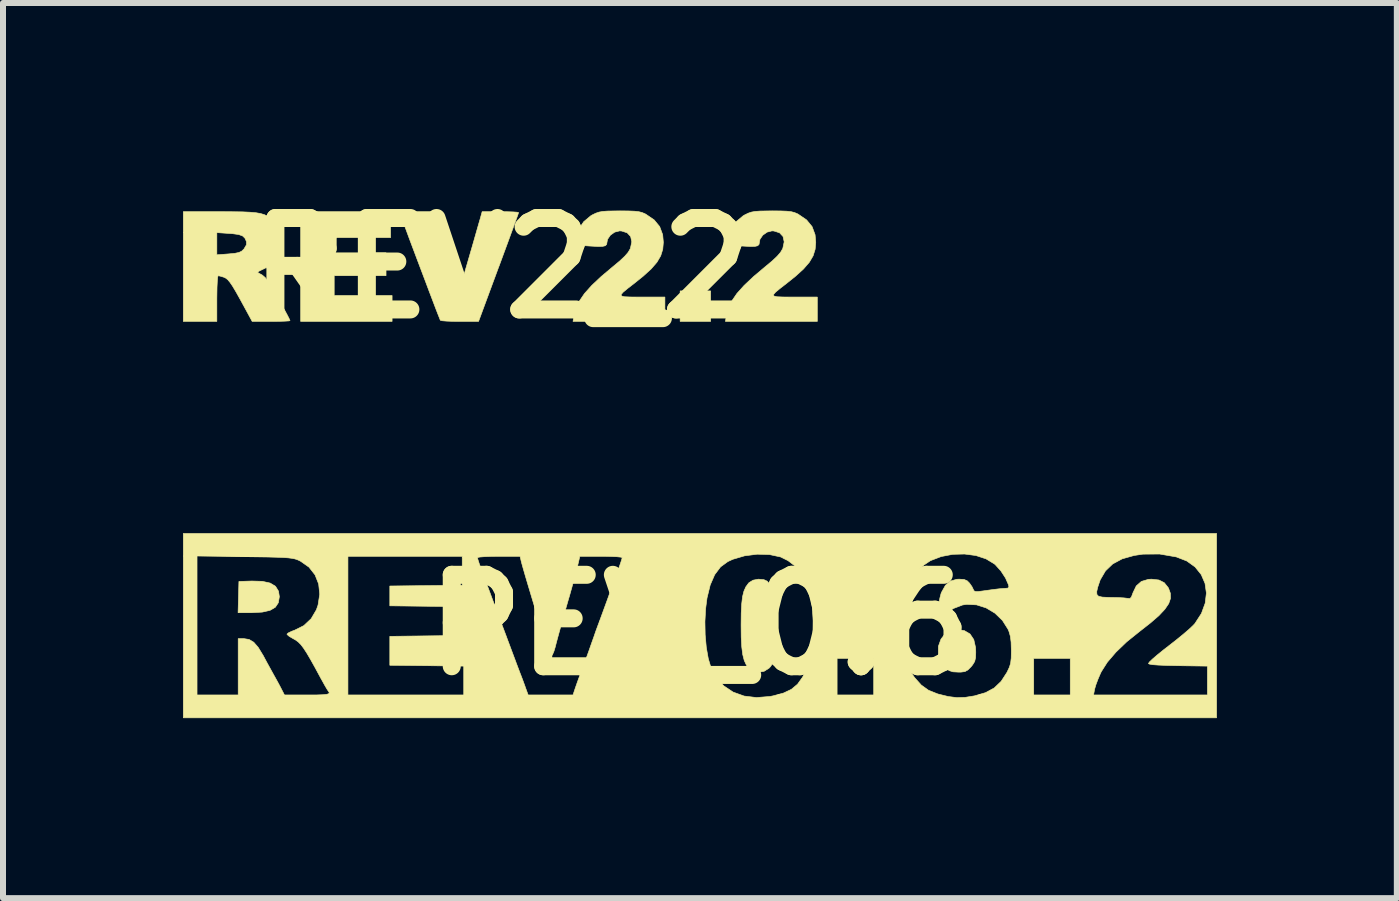
<source format=kicad_pcb>
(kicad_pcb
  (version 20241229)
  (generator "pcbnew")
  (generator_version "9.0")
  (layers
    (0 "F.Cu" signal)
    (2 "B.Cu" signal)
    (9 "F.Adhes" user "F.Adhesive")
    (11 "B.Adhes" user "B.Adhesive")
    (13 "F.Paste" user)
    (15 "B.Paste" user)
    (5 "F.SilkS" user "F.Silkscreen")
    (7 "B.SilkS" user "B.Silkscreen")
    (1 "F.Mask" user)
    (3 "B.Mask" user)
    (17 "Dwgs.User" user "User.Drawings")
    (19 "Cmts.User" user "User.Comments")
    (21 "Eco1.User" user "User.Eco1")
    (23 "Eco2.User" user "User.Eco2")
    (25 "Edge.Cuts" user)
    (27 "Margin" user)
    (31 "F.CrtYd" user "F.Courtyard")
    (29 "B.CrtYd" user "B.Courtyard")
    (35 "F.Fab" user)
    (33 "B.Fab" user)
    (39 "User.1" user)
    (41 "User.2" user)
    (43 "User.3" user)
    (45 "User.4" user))
  (footprint "REV2_2"
    (layer "F.Cu")
    (at 5.314 1.418)
    (property "Reference" "REV2_2" (at 0 0 0) (layer "F.SilkS") (effects (font (size 1.524 1.524) (thickness 0.3))))
    (attr through_hole)
    (fp_poly (pts (xy 3.48 0.889) (xy 2.972 0.889) (xy 2.972 0.381) (xy 3.48 0.381) (xy 3.48 0.889)) (stroke (width 0.01) (type solid)) (fill yes) (layer "F.SilkS"))
    (fp_poly (pts (xy -1.854 -0.508) (xy -2.794 -0.508) (xy -2.794 -0.254) (xy -1.93 -0.254) (xy -1.93 0.127) (xy -2.794 0.127) (xy -2.794 0.457) (xy -1.829 0.457) (xy -1.829 0.889) (xy -3.353 0.889) (xy -3.353 -0.94) (xy -1.854 -0.94) (xy -1.854 -0.508)) (stroke (width 0.01) (type solid)) (fill yes) (layer "F.SilkS"))
    (fp_poly (pts (xy -1.016 -0.679) (xy -0.978 -0.557) (xy -0.93 -0.403) (xy -0.878 -0.237) (xy -0.828 -0.075) (xy -0.817 -0.04) (xy -0.697 0.34) (xy -0.535 -0.217) (xy -0.487 -0.382) (xy -0.443 -0.536) (xy -0.405 -0.669) (xy -0.375 -0.773) (xy -0.355 -0.841) (xy -0.351 -0.857) (xy -0.328 -0.94) (xy -0.024 -0.94) (xy 0.093 -0.939) (xy 0.19 -0.936) (xy 0.255 -0.931) (xy 0.279 -0.926) (xy 0.279 -0.926) (xy 0.271 -0.899) (xy 0.247 -0.831) (xy 0.208 -0.725) (xy 0.158 -0.588) (xy 0.098 -0.424) (xy 0.03 -0.24) (xy -0.044 -0.039) (xy -0.055 -0.011) (xy -0.388 0.889) (xy -0.701 0.889) (xy -0.821 0.888) (xy -0.922 0.884) (xy -0.993 0.878) (xy -1.024 0.87) (xy -1.025 0.87) (xy -1.036 0.842) (xy -1.063 0.774) (xy -1.103 0.671) (xy -1.153 0.539) (xy -1.211 0.387) (xy -1.274 0.219) (xy -1.341 0.042) (xy -1.409 -0.138) (xy -1.475 -0.313) (xy -1.537 -0.478) (xy -1.592 -0.627) (xy -1.639 -0.753) (xy -1.674 -0.849) (xy -1.696 -0.909) (xy -1.702 -0.927) (xy -1.678 -0.932) (xy -1.613 -0.936) (xy -1.518 -0.939) (xy -1.4 -0.94) (xy -1.399 -0.94) (xy -1.096 -0.94) (xy -1.016 -0.679)) (stroke (width 0.01) (type solid)) (fill yes) (layer "F.SilkS"))
    (fp_poly (pts (xy 2.109 -0.952) (xy 2.21 -0.948) (xy 2.282 -0.94) (xy 2.337 -0.926) (xy 2.385 -0.906) (xy 2.4 -0.898) (xy 2.539 -0.803) (xy 2.631 -0.691) (xy 2.681 -0.556) (xy 2.692 -0.429) (xy 2.682 -0.313) (xy 2.648 -0.204) (xy 2.585 -0.097) (xy 2.489 0.014) (xy 2.356 0.135) (xy 2.209 0.253) (xy 2.098 0.339) (xy 2.024 0.4) (xy 1.988 0.441) (xy 1.994 0.465) (xy 2.044 0.478) (xy 2.139 0.482) (xy 2.282 0.483) (xy 2.334 0.483) (xy 2.718 0.483) (xy 2.718 0.889) (xy 1.187 0.889) (xy 1.202 0.796) (xy 1.234 0.672) (xy 1.292 0.55) (xy 1.378 0.424) (xy 1.499 0.289) (xy 1.656 0.141) (xy 1.845 -0.018) (xy 1.965 -0.118) (xy 2.05 -0.198) (xy 2.106 -0.263) (xy 2.139 -0.32) (xy 2.143 -0.328) (xy 2.166 -0.437) (xy 2.147 -0.526) (xy 2.089 -0.588) (xy 1.995 -0.618) (xy 1.963 -0.62) (xy 1.881 -0.599) (xy 1.809 -0.548) (xy 1.762 -0.479) (xy 1.753 -0.432) (xy 1.747 -0.395) (xy 1.724 -0.372) (xy 1.676 -0.361) (xy 1.596 -0.36) (xy 1.473 -0.367) (xy 1.455 -0.368) (xy 1.214 -0.386) (xy 1.23 -0.492) (xy 1.277 -0.641) (xy 1.364 -0.772) (xy 1.482 -0.871) (xy 1.511 -0.888) (xy 1.567 -0.915) (xy 1.62 -0.933) (xy 1.681 -0.944) (xy 1.761 -0.95) (xy 1.874 -0.952) (xy 1.968 -0.953) (xy 2.109 -0.952)) (stroke (width 0.01) (type solid)) (fill yes) (layer "F.SilkS"))
    (fp_poly (pts (xy 4.649 -0.952) (xy 4.75 -0.948) (xy 4.822 -0.94) (xy 4.877 -0.926) (xy 4.925 -0.906) (xy 4.94 -0.898) (xy 5.079 -0.803) (xy 5.171 -0.691) (xy 5.221 -0.556) (xy 5.232 -0.429) (xy 5.222 -0.313) (xy 5.188 -0.204) (xy 5.125 -0.097) (xy 5.029 0.014) (xy 4.896 0.135) (xy 4.749 0.253) (xy 4.638 0.339) (xy 4.564 0.4) (xy 4.528 0.441) (xy 4.534 0.465) (xy 4.584 0.478) (xy 4.679 0.482) (xy 4.822 0.483) (xy 4.874 0.483) (xy 5.258 0.483) (xy 5.258 0.889) (xy 3.727 0.889) (xy 3.742 0.796) (xy 3.774 0.672) (xy 3.832 0.55) (xy 3.918 0.424) (xy 4.039 0.289) (xy 4.196 0.141) (xy 4.385 -0.018) (xy 4.505 -0.118) (xy 4.59 -0.198) (xy 4.646 -0.263) (xy 4.679 -0.32) (xy 4.683 -0.328) (xy 4.706 -0.437) (xy 4.687 -0.526) (xy 4.629 -0.588) (xy 4.535 -0.618) (xy 4.503 -0.62) (xy 4.421 -0.599) (xy 4.349 -0.548) (xy 4.302 -0.479) (xy 4.293 -0.432) (xy 4.287 -0.395) (xy 4.264 -0.372) (xy 4.216 -0.361) (xy 4.136 -0.36) (xy 4.013 -0.367) (xy 3.995 -0.368) (xy 3.754 -0.386) (xy 3.77 -0.492) (xy 3.817 -0.641) (xy 3.904 -0.772) (xy 4.022 -0.871) (xy 4.051 -0.888) (xy 4.107 -0.915) (xy 4.16 -0.933) (xy 4.221 -0.944) (xy 4.301 -0.95) (xy 4.414 -0.952) (xy 4.508 -0.953) (xy 4.649 -0.952)) (stroke (width 0.01) (type solid)) (fill yes) (layer "F.SilkS"))
    (fp_poly (pts (xy -4.492 -0.939) (xy -4.325 -0.937) (xy -4.195 -0.931) (xy -4.095 -0.922) (xy -4.017 -0.908) (xy -3.955 -0.889) (xy -3.902 -0.863) (xy -3.854 -0.832) (xy -3.768 -0.743) (xy -3.711 -0.625) (xy -3.686 -0.49) (xy -3.69 -0.35) (xy -3.726 -0.218) (xy -3.794 -0.105) (xy -3.827 -0.071) (xy -3.879 -0.034) (xy -3.954 0.007) (xy -3.985 0.021) (xy -4.048 0.052) (xy -4.069 0.071) (xy -4.053 0.084) (xy -4.046 0.087) (xy -3.992 0.117) (xy -3.942 0.16) (xy -3.916 0.196) (xy -3.872 0.265) (xy -3.817 0.357) (xy -3.754 0.463) (xy -3.691 0.574) (xy -3.631 0.68) (xy -3.581 0.772) (xy -3.546 0.84) (xy -3.531 0.875) (xy -3.531 0.877) (xy -3.554 0.881) (xy -3.619 0.885) (xy -3.716 0.888) (xy -3.834 0.889) (xy -3.846 0.889) (xy -4.161 0.889) (xy -4.268 0.692) (xy -4.359 0.525) (xy -4.43 0.398) (xy -4.486 0.304) (xy -4.531 0.238) (xy -4.567 0.195) (xy -4.599 0.169) (xy -4.63 0.154) (xy -4.631 0.153) (xy -4.691 0.135) (xy -4.728 0.127) (xy -4.736 0.151) (xy -4.742 0.217) (xy -4.747 0.316) (xy -4.749 0.44) (xy -4.75 0.508) (xy -4.75 0.889) (xy -5.309 0.889) (xy -5.309 -0.221) (xy -4.75 -0.221) (xy -4.553 -0.236) (xy -4.449 -0.246) (xy -4.382 -0.26) (xy -4.337 -0.281) (xy -4.3 -0.316) (xy -4.298 -0.318) (xy -4.256 -0.389) (xy -4.256 -0.441) (xy -4.281 -0.497) (xy -4.32 -0.535) (xy -4.385 -0.559) (xy -4.486 -0.573) (xy -4.543 -0.577) (xy -4.75 -0.591) (xy -4.75 -0.221) (xy -5.309 -0.221) (xy -5.309 -0.94) (xy -4.703 -0.94) (xy -4.492 -0.939)) (stroke (width 0.01) (type solid)) (fill yes) (layer "F.SilkS")))
  (footprint "REV_0.6"
    (layer "F.Cu")
    (at 8.616 7.365)
    (property "Reference" "REV_0.6" (at 0 0 0) (layer "F.SilkS") (effects (font (size 1.524 1.524) (thickness 0.3))))
    (attr through_hole)
    (fp_poly (pts (xy -7.294 -0.726) (xy -7.163 -0.697) (xy -7.074 -0.643) (xy -7.024 -0.562) (xy -7.01 -0.47) (xy -7.027 -0.369) (xy -7.077 -0.294) (xy -7.166 -0.242) (xy -7.295 -0.213) (xy -7.469 -0.203) (xy -7.469 -0.203) (xy -7.698 -0.203) (xy -7.684 -0.724) (xy -7.468 -0.731) (xy -7.294 -0.726)) (stroke (width 0.01) (type solid)) (fill yes) (layer "F.SilkS"))
    (fp_poly (pts (xy 4.406 0.095) (xy 4.501 0.151) (xy 4.564 0.245) (xy 4.594 0.378) (xy 4.597 0.455) (xy 4.594 0.547) (xy 4.579 0.61) (xy 4.546 0.664) (xy 4.519 0.698) (xy 4.466 0.751) (xy 4.417 0.778) (xy 4.351 0.787) (xy 4.305 0.787) (xy 4.216 0.782) (xy 4.154 0.762) (xy 4.097 0.719) (xy 4.095 0.716) (xy 4.013 0.609) (xy 3.973 0.486) (xy 3.974 0.358) (xy 4.017 0.238) (xy 4.076 0.161) (xy 4.14 0.106) (xy 4.203 0.081) (xy 4.278 0.076) (xy 4.406 0.095)) (stroke (width 0.01) (type solid)) (fill yes) (layer "F.SilkS"))
    (fp_poly (pts (xy 1.065 -0.754) (xy 1.12 -0.729) (xy 1.191 -0.643) (xy 1.244 -0.511) (xy 1.277 -0.332) (xy 1.292 -0.106) (xy 1.288 0.145) (xy 1.278 0.322) (xy 1.264 0.457) (xy 1.244 0.557) (xy 1.216 0.633) (xy 1.178 0.693) (xy 1.152 0.721) (xy 1.07 0.773) (xy 0.974 0.79) (xy 0.882 0.773) (xy 0.82 0.73) (xy 0.773 0.668) (xy 0.738 0.592) (xy 0.713 0.494) (xy 0.697 0.368) (xy 0.688 0.205) (xy 0.686 0.002) (xy 0.688 -0.196) (xy 0.696 -0.351) (xy 0.71 -0.47) (xy 0.733 -0.562) (xy 0.765 -0.634) (xy 0.809 -0.694) (xy 0.818 -0.704) (xy 0.885 -0.745) (xy 0.975 -0.762) (xy 1.065 -0.754)) (stroke (width 0.01) (type solid)) (fill yes) (layer "F.SilkS"))
    (fp_poly (pts (xy 8.611 1.549) (xy -8.611 1.549) (xy -8.611 1.168) (xy -8.382 1.168) (xy -7.696 1.168) (xy -7.696 0.229) (xy -7.601 0.229) (xy -7.514 0.243) (xy -7.437 0.289) (xy -7.363 0.374) (xy -7.285 0.502) (xy -7.281 0.508) (xy -7.22 0.622) (xy -7.15 0.749) (xy -7.101 0.838) (xy -7.048 0.933) (xy -7 1.022) (xy -6.967 1.086) (xy -6.925 1.168) (xy -6.548 1.168) (xy -6.396 1.168) (xy -6.288 1.164) (xy -6.219 1.157) (xy -6.185 1.146) (xy -6.178 1.129) (xy -6.193 1.105) (xy -6.194 1.104) (xy -6.216 1.071) (xy -6.254 1.006) (xy -6.301 0.921) (xy -6.312 0.902) (xy -6.41 0.72) (xy -6.49 0.577) (xy -6.554 0.468) (xy -6.607 0.387) (xy -6.652 0.328) (xy -6.695 0.285) (xy -6.738 0.253) (xy -6.786 0.226) (xy -6.846 0.191) (xy -6.88 0.161) (xy -6.883 0.154) (xy -6.861 0.134) (xy -6.805 0.107) (xy -6.752 0.087) (xy -6.602 0.012) (xy -6.48 -0.103) (xy -6.393 -0.251) (xy -6.365 -0.331) (xy -6.337 -0.511) (xy -6.355 -0.681) (xy -6.415 -0.833) (xy -6.516 -0.962) (xy -6.655 -1.06) (xy -6.68 -1.073) (xy -6.715 -1.088) (xy -6.753 -1.1) (xy -6.799 -1.109) (xy -6.86 -1.117) (xy -6.942 -1.123) (xy -7.05 -1.127) (xy -7.191 -1.131) (xy -7.372 -1.134) (xy -7.588 -1.137) (xy -8.001 -1.143) (xy -5.867 -1.143) (xy -5.867 1.168) (xy -3.937 1.168) (xy -3.937 0.687) (xy -4.553 0.68) (xy -5.169 0.673) (xy -5.169 0.191) (xy -4.039 0.177) (xy -4.039 -0.304) (xy -4.604 -0.311) (xy -5.169 -0.318) (xy -5.169 -0.648) (xy -3.962 -0.661) (xy -3.962 -1.12) (xy -3.708 -1.12) (xy -3.7 -1.087) (xy -3.678 -1.019) (xy -3.645 -0.928) (xy -3.629 -0.885) (xy -3.581 -0.754) (xy -3.526 -0.608) (xy -3.478 -0.478) (xy -3.475 -0.47) (xy -3.435 -0.363) (xy -3.398 -0.264) (xy -3.37 -0.189) (xy -3.366 -0.178) (xy -3.335 -0.095) (xy -3.3 -0.001) (xy -3.292 0.019) (xy -3.257 0.112) (xy -3.222 0.205) (xy -3.216 0.222) (xy -3.183 0.31) (xy -3.147 0.407) (xy -3.14 0.425) (xy -3.105 0.519) (xy -3.07 0.612) (xy -3.064 0.629) (xy -3.03 0.719) (xy -2.994 0.814) (xy -2.989 0.826) (xy -2.955 0.915) (xy -2.918 1.016) (xy -2.907 1.048) (xy -2.863 1.168) (xy -2.116 1.168) (xy -2.076 1.048) (xy -2.042 0.951) (xy -2.002 0.841) (xy -1.982 0.787) (xy -1.946 0.694) (xy -1.901 0.571) (xy -1.852 0.436) (xy -1.806 0.305) (xy -1.767 0.196) (xy -1.752 0.152) (xy -1.734 0.1) (xy -1.703 0.016) (xy -1.676 -0.056) (xy 0.083 -0.056) (xy 0.087 0.164) (xy 0.106 0.376) (xy 0.139 0.563) (xy 0.179 0.696) (xy 0.271 0.874) (xy 0.397 1.016) (xy 0.553 1.12) (xy 0.736 1.186) (xy 0.942 1.211) (xy 1.167 1.193) (xy 1.223 1.182) (xy 1.393 1.136) (xy 1.524 1.074) (xy 1.626 0.989) (xy 1.709 0.873) (xy 1.747 0.8) (xy 1.814 0.621) (xy 1.827 0.559) (xy 2.286 0.559) (xy 2.286 1.168) (xy 2.896 1.168) (xy 2.896 0.559) (xy 2.286 0.559) (xy 1.827 0.559) (xy 1.86 0.408) (xy 1.884 0.174) (xy 1.887 0.025) (xy 3.368 0.025) (xy 3.372 0.238) (xy 3.386 0.411) (xy 3.413 0.554) (xy 3.455 0.676) (xy 3.514 0.787) (xy 3.576 0.876) (xy 3.688 1.002) (xy 3.809 1.089) (xy 3.956 1.148) (xy 3.971 1.153) (xy 4.138 1.194) (xy 4.281 1.212) (xy 4.42 1.208) (xy 4.576 1.183) (xy 4.58 1.182) (xy 4.761 1.129) (xy 4.905 1.051) (xy 5.02 0.941) (xy 5.116 0.793) (xy 5.123 0.779) (xy 5.157 0.707) (xy 5.178 0.64) (xy 5.187 0.561) (xy 5.188 0.559) (xy 5.563 0.559) (xy 5.563 1.168) (xy 6.172 1.168) (xy 6.56 1.168) (xy 8.458 1.168) (xy 8.458 0.687) (xy 7.971 0.68) (xy 7.782 0.676) (xy 7.64 0.67) (xy 7.544 0.663) (xy 7.49 0.653) (xy 7.475 0.644) (xy 7.491 0.619) (xy 7.541 0.571) (xy 7.62 0.503) (xy 7.721 0.421) (xy 7.815 0.348) (xy 7.938 0.252) (xy 8.052 0.159) (xy 8.149 0.076) (xy 8.22 0.009) (xy 8.249 -0.022) (xy 8.358 -0.19) (xy 8.421 -0.362) (xy 8.441 -0.531) (xy 8.418 -0.692) (xy 8.355 -0.838) (xy 8.253 -0.965) (xy 8.114 -1.065) (xy 7.939 -1.133) (xy 7.661 -1.181) (xy 7.384 -1.179) (xy 7.237 -1.157) (xy 7.038 -1.101) (xy 6.88 -1.016) (xy 6.759 -0.9) (xy 6.671 -0.75) (xy 6.629 -0.626) (xy 6.613 -0.554) (xy 6.616 -0.506) (xy 6.644 -0.477) (xy 6.706 -0.463) (xy 6.808 -0.458) (xy 6.871 -0.457) (xy 6.975 -0.455) (xy 7.064 -0.45) (xy 7.123 -0.443) (xy 7.129 -0.442) (xy 7.166 -0.439) (xy 7.191 -0.464) (xy 7.215 -0.528) (xy 7.216 -0.532) (xy 7.272 -0.649) (xy 7.357 -0.724) (xy 7.474 -0.759) (xy 7.527 -0.762) (xy 7.65 -0.748) (xy 7.739 -0.703) (xy 7.804 -0.622) (xy 7.811 -0.609) (xy 7.841 -0.526) (xy 7.843 -0.442) (xy 7.813 -0.355) (xy 7.749 -0.261) (xy 7.649 -0.154) (xy 7.508 -0.032) (xy 7.328 0.109) (xy 7.113 0.282) (xy 6.933 0.455) (xy 6.79 0.622) (xy 6.69 0.779) (xy 6.678 0.803) (xy 6.635 0.903) (xy 6.599 0.999) (xy 6.578 1.071) (xy 6.578 1.073) (xy 6.56 1.168) (xy 6.172 1.168) (xy 6.172 0.559) (xy 5.563 0.559) (xy 5.188 0.559) (xy 5.19 0.453) (xy 5.19 0.419) (xy 5.186 0.288) (xy 5.174 0.191) (xy 5.151 0.111) (xy 5.135 0.073) (xy 5.042 -0.074) (xy 4.917 -0.195) (xy 4.77 -0.283) (xy 4.61 -0.334) (xy 4.447 -0.342) (xy 4.378 -0.332) (xy 4.224 -0.273) (xy 4.116 -0.201) (xy 4.047 -0.15) (xy 3.995 -0.113) (xy 3.972 -0.102) (xy 3.963 -0.124) (xy 3.963 -0.183) (xy 3.969 -0.266) (xy 3.982 -0.358) (xy 3.999 -0.448) (xy 4.018 -0.521) (xy 4.026 -0.542) (xy 4.091 -0.659) (xy 4.174 -0.73) (xy 4.281 -0.76) (xy 4.32 -0.762) (xy 4.402 -0.757) (xy 4.454 -0.735) (xy 4.493 -0.696) (xy 4.534 -0.637) (xy 4.558 -0.587) (xy 4.569 -0.567) (xy 4.593 -0.556) (xy 4.639 -0.556) (xy 4.719 -0.566) (xy 4.782 -0.575) (xy 4.891 -0.59) (xy 4.992 -0.602) (xy 5.065 -0.608) (xy 5.075 -0.608) (xy 5.132 -0.613) (xy 5.149 -0.632) (xy 5.143 -0.667) (xy 5.093 -0.781) (xy 5.016 -0.899) (xy 4.927 -0.998) (xy 4.909 -1.015) (xy 4.769 -1.1) (xy 4.599 -1.156) (xy 4.41 -1.181) (xy 4.214 -1.176) (xy 4.021 -1.139) (xy 3.843 -1.071) (xy 3.841 -1.07) (xy 3.734 -0.998) (xy 3.628 -0.9) (xy 3.54 -0.793) (xy 3.506 -0.737) (xy 3.454 -0.625) (xy 3.417 -0.52) (xy 3.391 -0.41) (xy 3.376 -0.282) (xy 3.369 -0.125) (xy 3.368 0.025) (xy 1.887 0.025) (xy 1.888 -0.07) (xy 1.871 -0.31) (xy 1.832 -0.534) (xy 1.772 -0.73) (xy 1.765 -0.746) (xy 1.695 -0.863) (xy 1.591 -0.976) (xy 1.469 -1.07) (xy 1.345 -1.132) (xy 1.159 -1.172) (xy 0.954 -1.178) (xy 0.744 -1.151) (xy 0.547 -1.093) (xy 0.465 -1.055) (xy 0.344 -0.967) (xy 0.246 -0.837) (xy 0.171 -0.665) (xy 0.118 -0.449) (xy 0.095 -0.273) (xy 0.083 -0.056) (xy -1.676 -0.056) (xy -1.665 -0.086) (xy -1.65 -0.127) (xy -1.602 -0.258) (xy -1.549 -0.403) (xy -1.502 -0.534) (xy -1.497 -0.546) (xy -1.453 -0.671) (xy -1.404 -0.805) (xy -1.362 -0.92) (xy -1.36 -0.924) (xy -1.329 -1.013) (xy -1.306 -1.082) (xy -1.296 -1.12) (xy -1.295 -1.121) (xy -1.319 -1.129) (xy -1.385 -1.136) (xy -1.483 -1.14) (xy -1.605 -1.143) (xy -1.649 -1.143) (xy -2.002 -1.143) (xy -2.027 -1.035) (xy -2.049 -0.944) (xy -2.083 -0.815) (xy -2.125 -0.66) (xy -2.173 -0.489) (xy -2.201 -0.394) (xy -2.227 -0.303) (xy -2.251 -0.219) (xy -2.259 -0.191) (xy -2.311 -0.004) (xy -2.351 0.14) (xy -2.38 0.246) (xy -2.4 0.322) (xy -2.412 0.37) (xy -2.434 0.442) (xy -2.457 0.495) (xy -2.479 0.527) (xy -2.497 0.515) (xy -2.509 0.493) (xy -2.521 0.459) (xy -2.546 0.384) (xy -2.58 0.274) (xy -2.623 0.138) (xy -2.67 -0.017) (xy -2.721 -0.185) (xy -2.773 -0.357) (xy -2.824 -0.527) (xy -2.872 -0.687) (xy -2.914 -0.829) (xy -2.948 -0.947) (xy -2.972 -1.033) (xy -2.982 -1.073) (xy -2.998 -1.143) (xy -3.353 -1.143) (xy -3.483 -1.141) (xy -3.591 -1.137) (xy -3.668 -1.131) (xy -3.706 -1.123) (xy -3.708 -1.12) (xy -3.962 -1.12) (xy -3.962 -1.143) (xy -5.867 -1.143) (xy -8.001 -1.143) (xy -8.382 -1.148) (xy -8.382 1.168) (xy -8.611 1.168) (xy -8.611 -1.524) (xy 8.611 -1.524) (xy 8.611 1.549)) (stroke (width 0.01) (type solid)) (fill yes) (layer "F.SilkS")))
  (gr_rect
    (start -3 -3)
    (end 20.231 11.919)
    (stroke (width 0.1) (type default))
    (fill no)
    (layer "Edge.Cuts")))
</source>
